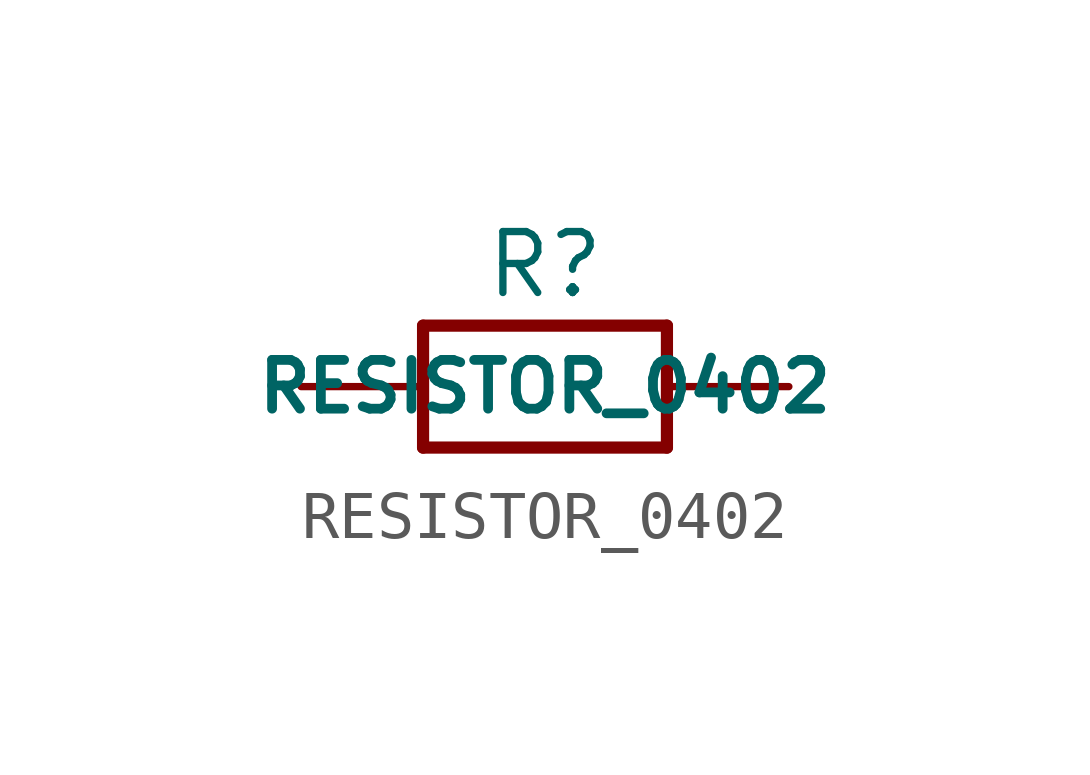
<source format=kicad_sym>
(kicad_symbol_lib
  (version 20211014)
  (generator kicad_symbol_editor)
  (symbol "RESISTOR_0402"
    (property "Reference" "R"
      (at 0 2.54 0)
      (effects (font (size 1.27 1.27))))
    (property "Value" "RESISTOR_0402"
      (at 0 0 0)
      (effects (font (size 1.016 1.016) bold)))
    (property "ki_locked" ""
      (at 0 0 0)
      (effects (font (size 1.27 1.27))))
    (symbol "RESISTOR_0402_1_0"
      (polyline (pts (xy -2.54 -1.27) (xy -2.54 1.27)) (stroke (width 0.254) (type default) (color 0 0 0 0)) (fill (type none)))
      (polyline (pts (xy -2.54 1.27) (xy 2.54 1.27)) (stroke (width 0.254) (type default) (color 0 0 0 0)) (fill (type none)))
      (polyline (pts (xy 2.54 -1.27) (xy -2.54 -1.27)) (stroke (width 0.254) (type default) (color 0 0 0 0)) (fill (type none)))
      (polyline (pts (xy 2.54 1.27) (xy 2.54 -1.27)) (stroke (width 0.254) (type default) (color 0 0 0 0)) (fill (type none)))
      (pin passive line (at -5.08 0 0) (length 2.54) (name "1" (effects (font (size 0 0)))) (number "1" (effects (font (size 0 0)))))
      (pin passive line (at 5.08 0 180) (length 2.54) (name "2" (effects (font (size 0 0)))) (number "2" (effects (font (size 0 0))))))))
</source>
